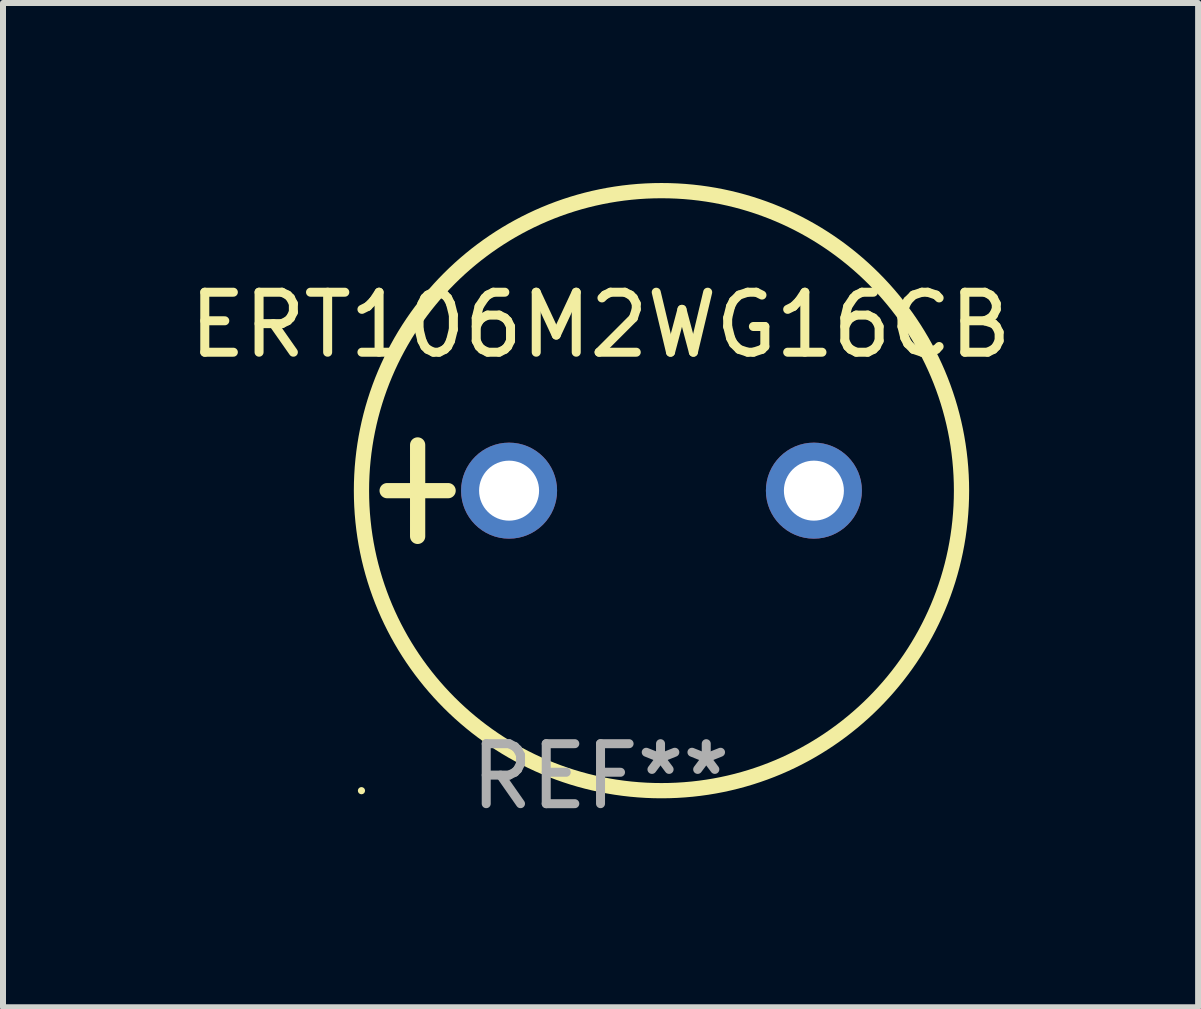
<source format=kicad_pcb>
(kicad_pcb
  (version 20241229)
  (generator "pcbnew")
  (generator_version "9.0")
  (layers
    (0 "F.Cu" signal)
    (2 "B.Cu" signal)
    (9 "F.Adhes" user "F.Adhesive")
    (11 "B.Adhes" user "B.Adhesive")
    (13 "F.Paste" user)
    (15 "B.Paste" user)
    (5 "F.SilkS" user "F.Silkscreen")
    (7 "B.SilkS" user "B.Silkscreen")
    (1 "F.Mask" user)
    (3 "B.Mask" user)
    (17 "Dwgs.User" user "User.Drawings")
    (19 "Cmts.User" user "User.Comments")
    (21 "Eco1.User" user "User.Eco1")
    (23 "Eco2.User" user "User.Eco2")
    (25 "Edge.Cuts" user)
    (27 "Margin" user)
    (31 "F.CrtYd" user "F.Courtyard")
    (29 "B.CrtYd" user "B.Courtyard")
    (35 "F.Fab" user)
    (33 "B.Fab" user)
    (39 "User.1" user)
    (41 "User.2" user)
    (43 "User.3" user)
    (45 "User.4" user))
  (footprint "ERT106M2WG16CB"
    (layer "F.Cu")
    (at 6.958 5.127)
    (property "Reference" "ERT106M2WG16CB" (at 0 -2.762 0) (layer "F.SilkS") (effects (font (size 1 1) (thickness 0.15))))
    (attr through_hole)
    (fp_line (start -3.556 0) (end -2.54 0) (stroke (width 0.254) (type solid)) (layer "F.SilkS"))
    (fp_line (start -3.048 -0.762) (end -3.048 0.762) (stroke (width 0.254) (type solid)) (layer "F.SilkS"))
    (fp_circle (center -3.984 5) (end -3.954 5) (stroke (width 0.06) (type solid)) (fill no) (layer "F.SilkS"))
    (fp_circle (center 1.016 0) (end 6.016 0) (stroke (width 0.254) (type solid)) (fill no) (layer "F.SilkS"))
    (fp_text user "REF**" (at 0 4.762 0) (layer "F.Fab") (effects (font (size 1 1) (thickness 0.15))))
    (pad "1" thru_hole circle (at -1.524 0) (size 1.6 1.6) (drill 1) (layers "*.Cu" "*.Mask"))
    (pad "2" thru_hole circle (at 3.556 0) (size 1.6 1.6) (drill 1) (layers "*.Cu" "*.Mask")))
  (gr_rect
    (start -3 -3)
    (end 16.917 13.737)
    (stroke (width 0.1) (type default))
    (fill no)
    (layer "Edge.Cuts")))
</source>
